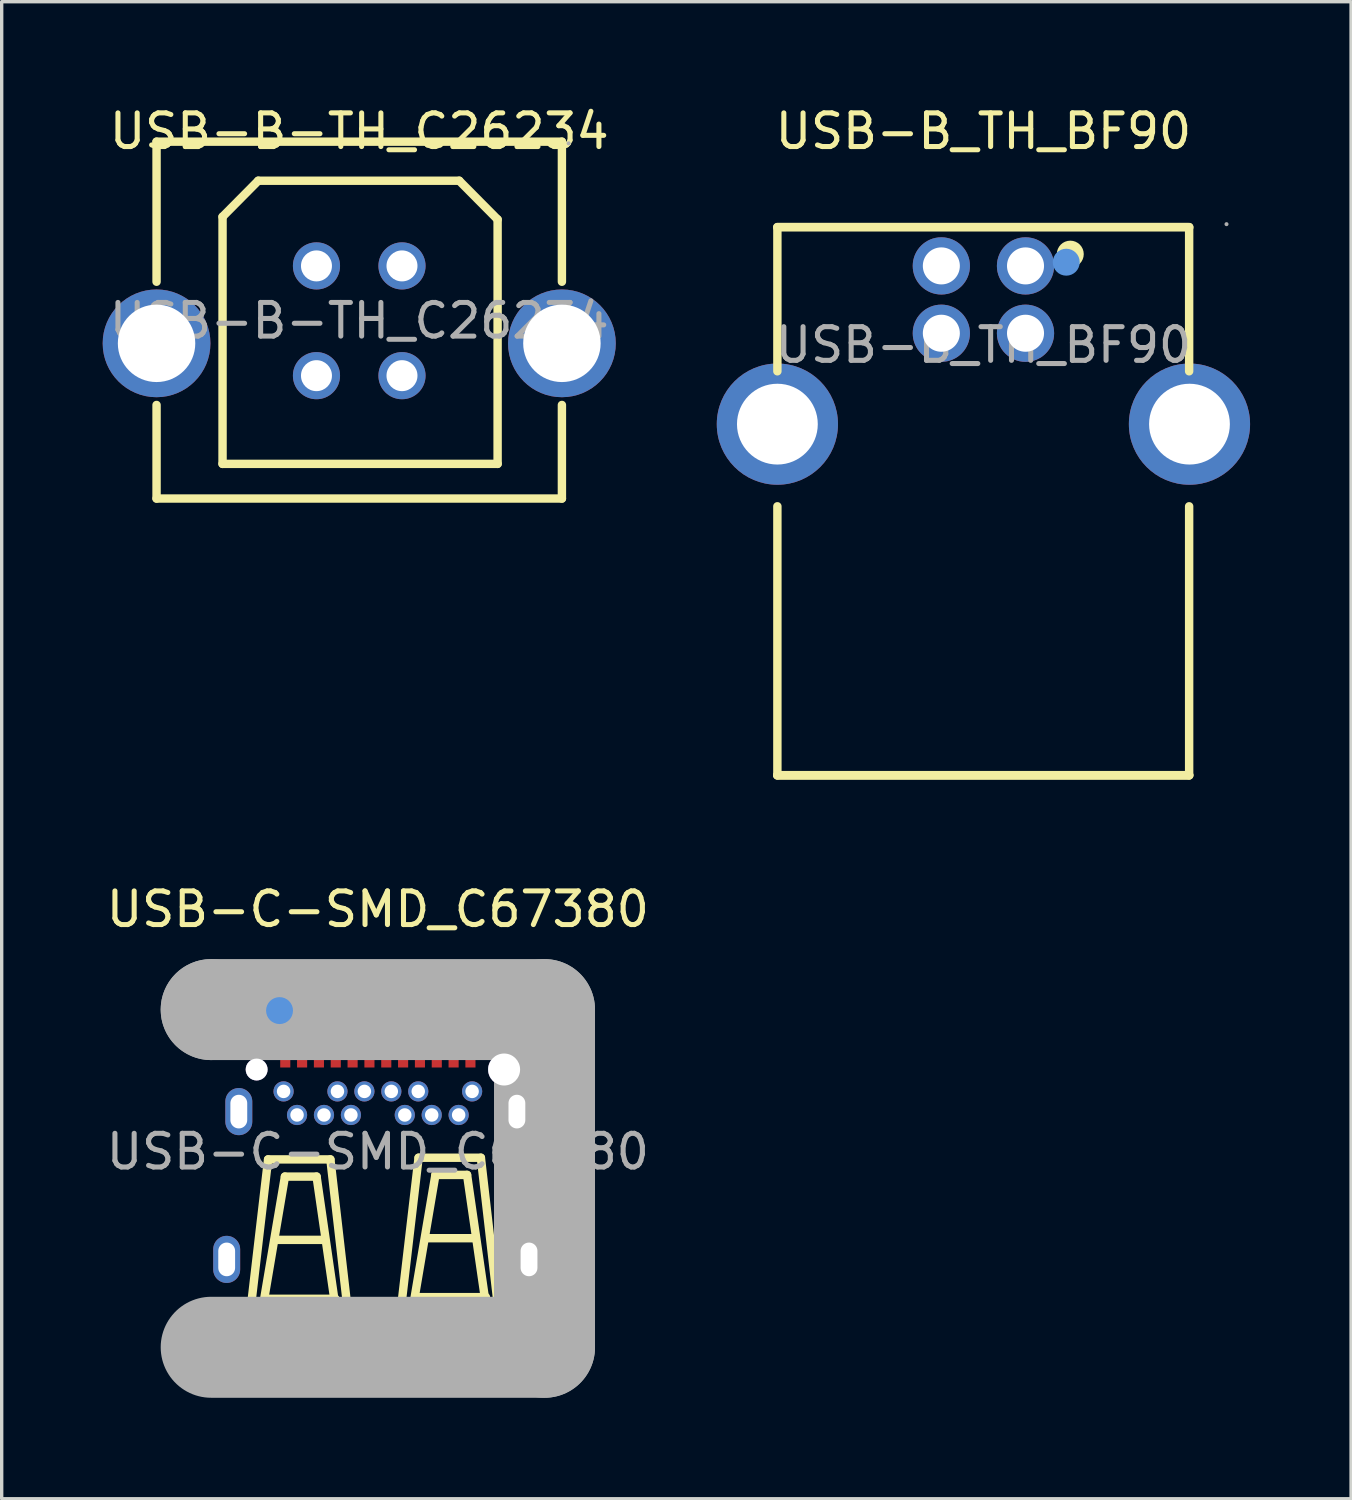
<source format=kicad_pcb>
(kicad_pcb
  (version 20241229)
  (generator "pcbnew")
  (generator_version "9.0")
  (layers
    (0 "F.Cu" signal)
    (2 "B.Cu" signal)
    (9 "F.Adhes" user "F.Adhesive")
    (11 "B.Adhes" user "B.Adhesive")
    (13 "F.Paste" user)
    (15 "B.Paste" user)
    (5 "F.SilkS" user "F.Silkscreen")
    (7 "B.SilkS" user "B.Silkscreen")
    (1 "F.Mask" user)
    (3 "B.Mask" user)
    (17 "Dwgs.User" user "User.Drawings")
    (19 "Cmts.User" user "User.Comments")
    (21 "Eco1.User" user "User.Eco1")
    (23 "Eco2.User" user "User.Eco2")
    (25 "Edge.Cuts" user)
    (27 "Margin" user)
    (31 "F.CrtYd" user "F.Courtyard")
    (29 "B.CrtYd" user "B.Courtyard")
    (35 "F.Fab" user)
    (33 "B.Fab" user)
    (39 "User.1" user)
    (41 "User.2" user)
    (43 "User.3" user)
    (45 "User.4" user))
  (footprint "USB-B-TH_C26234"
    (layer "F.Cu")
    (at 7.62 6.478)
    (property "Reference" "USB-B-TH_C26234" (at 0 -5.63 0) (layer "F.SilkS") (effects (font (size 1 1) (thickness 0.15))))
    (attr through_hole)
    (fp_line (start -6.02 -5.32) (end 6.02 -5.32) (stroke (width 0.25) (type solid)) (layer "F.SilkS"))
    (fp_line (start -6.02 -1.16) (end -6.02 -5.32) (stroke (width 0.25) (type solid)) (layer "F.SilkS"))
    (fp_line (start -6.02 5.28) (end -6.02 2.5) (stroke (width 0.25) (type solid)) (layer "F.SilkS"))
    (fp_line (start -4.06 -3.09) (end -3 -4.16) (stroke (width 0.25) (type solid)) (layer "F.SilkS"))
    (fp_line (start -4.06 4.25) (end -4.06 -3.09) (stroke (width 0.25) (type solid)) (layer "F.SilkS"))
    (fp_line (start -3 -4.16) (end 2.97 -4.16) (stroke (width 0.25) (type solid)) (layer "F.SilkS"))
    (fp_line (start 2.97 -4.16) (end 4.11 -3.01) (stroke (width 0.25) (type solid)) (layer "F.SilkS"))
    (fp_line (start 4.11 -3.01) (end 4.11 4.25) (stroke (width 0.25) (type solid)) (layer "F.SilkS"))
    (fp_line (start 4.11 4.25) (end -4.06 4.25) (stroke (width 0.25) (type solid)) (layer "F.SilkS"))
    (fp_line (start 6.02 -5.32) (end 6.02 -1.16) (stroke (width 0.25) (type solid)) (layer "F.SilkS"))
    (fp_line (start 6.02 2.5) (end 6.02 5.28) (stroke (width 0.25) (type solid)) (layer "F.SilkS"))
    (fp_line (start 6.02 5.28) (end -6.02 5.28) (stroke (width 0.25) (type solid)) (layer "F.SilkS"))
    (fp_circle (center 6.22 -5.27) (end 6.25 -5.27) (stroke (width 0.06) (type solid)) (fill no) (layer "F.Fab"))
    (fp_text user "${REFERENCE}" (at 0 0 0) (layer "F.Fab") (effects (font (size 1 1) (thickness 0.15))))
    (pad "0" thru_hole circle (at -6.02 0.67 90) (size 3.2 3.2) (drill 2.3) (layers "*.Cu" "*.Paste" "*.Mask"))
    (pad "0" thru_hole circle (at 6.02 0.67 90) (size 3.2 3.2) (drill 2.3) (layers "*.Cu" "*.Paste" "*.Mask"))
    (pad "1" thru_hole circle (at 1.27 -1.63 180) (size 1.4 1.4) (drill 0.92) (layers "*.Cu" "*.Paste" "*.Mask"))
    (pad "2" thru_hole circle (at -1.27 -1.63 180) (size 1.4 1.4) (drill 0.92) (layers "*.Cu" "*.Paste" "*.Mask"))
    (pad "3" thru_hole circle (at -1.27 1.63 180) (size 1.4 1.4) (drill 0.92) (layers "*.Cu" "*.Paste" "*.Mask"))
    (pad "4" thru_hole circle (at 1.27 1.63 180) (size 1.4 1.4) (drill 0.92) (layers "*.Cu" "*.Paste" "*.Mask")))
  (footprint "USB-B_TH_BF90"
    (layer "F.Cu")
    (at 26.16 7.198)
    (property "Reference" "USB-B_TH_BF90" (at 0 -6.35 0) (layer "F.SilkS") (effects (font (size 1 1) (thickness 0.15))))
    (attr through_hole)
    (fp_line (start -6.12 -3.5) (end -6.12 0.78) (stroke (width 0.25) (type solid)) (layer "F.SilkS"))
    (fp_line (start -6.12 4.79) (end -6.12 12.78) (stroke (width 0.25) (type solid)) (layer "F.SilkS"))
    (fp_line (start -6.12 12.78) (end 6.11 12.78) (stroke (width 0.25) (type solid)) (layer "F.SilkS"))
    (fp_line (start -6.12 12.78) (end 6.11 12.78) (stroke (width 0.26) (type solid)) (layer "F.SilkS"))
    (fp_line (start 6.11 -3.5) (end -6.12 -3.5) (stroke (width 0.26) (type solid)) (layer "F.SilkS"))
    (fp_line (start 6.11 -3.5) (end 6.11 0.78) (stroke (width 0.25) (type solid)) (layer "F.SilkS"))
    (fp_line (start 6.11 4.79) (end 6.11 12.78) (stroke (width 0.25) (type solid)) (layer "F.SilkS"))
    (fp_circle (center 2.58 -2.7) (end 2.78 -2.7) (stroke (width 0.4) (type solid)) (fill no) (layer "F.SilkS"))
    (fp_circle (center 2.46 -2.46) (end 2.66 -2.46) (stroke (width 0.4) (type solid)) (fill no) (layer "Cmts.User"))
    (fp_circle (center 7.22 -3.59) (end 7.25 -3.59) (stroke (width 0.06) (type solid)) (fill no) (layer "F.Fab"))
    (fp_text user "${REFERENCE}" (at 0 0 0) (layer "F.Fab") (effects (font (size 1 1) (thickness 0.15))))
    (pad "1" thru_hole circle (at 1.25 -2.35) (size 1.7 1.7) (drill 1.1) (layers "*.Cu" "*.Paste" "*.Mask"))
    (pad "2" thru_hole circle (at -1.25 -2.35) (size 1.7 1.7) (drill 1.1) (layers "*.Cu" "*.Paste" "*.Mask"))
    (pad "3" thru_hole circle (at -1.25 -0.35) (size 1.7 1.7) (drill 1.1) (layers "*.Cu" "*.Paste" "*.Mask"))
    (pad "4" thru_hole circle (at 1.25 -0.35) (size 1.7 1.7) (drill 1.1) (layers "*.Cu" "*.Paste" "*.Mask"))
    (pad "5" thru_hole circle (at -6.12 2.35) (size 3.6 3.6) (drill 2.4) (layers "*.Cu" "*.Paste" "*.Mask"))
    (pad "5" thru_hole circle (at 6.12 2.35) (size 3.6 3.6) (drill 2.4) (layers "*.Cu" "*.Paste" "*.Mask")))
  (footprint "USB-C-SMD_C67380"
    (layer "F.Cu")
    (at 8.173 31.157)
    (property "Reference" "USB-C-SMD_C67380" (at 0 -7.2 0) (layer "F.SilkS") (effects (font (size 1 1) (thickness 0.15))))
    (attr through_hole)
    (fp_line (start -3.85 5.29) (end -3.26 0.23) (stroke (width 0.25) (type solid)) (layer "F.SilkS"))
    (fp_line (start -3.54 5.34) (end -3.85 5.29) (stroke (width 0.25) (type solid)) (layer "F.SilkS"))
    (fp_line (start -3.26 0.23) (end -1.41 0.23) (stroke (width 0.25) (type solid)) (layer "F.SilkS"))
    (fp_line (start -2.76 0.74) (end -3.54 5.34) (stroke (width 0.25) (type solid)) (layer "F.SilkS"))
    (fp_line (start -1.82 0.74) (end -2.76 0.74) (stroke (width 0.25) (type solid)) (layer "F.SilkS"))
    (fp_line (start -1.59 2.62) (end -3.04 2.62) (stroke (width 0.25) (type solid)) (layer "F.SilkS"))
    (fp_line (start -1.41 0.23) (end -0.83 5.28) (stroke (width 0.25) (type solid)) (layer "F.SilkS"))
    (fp_line (start -1.26 4.37) (end -3.34 4.37) (stroke (width 0.25) (type solid)) (layer "F.SilkS"))
    (fp_line (start -1.16 5.3) (end -1.82 0.74) (stroke (width 0.25) (type solid)) (layer "F.SilkS"))
    (fp_line (start -0.83 5.28) (end -1.16 5.3) (stroke (width 0.25) (type solid)) (layer "F.SilkS"))
    (fp_line (start 0.62 5.23) (end 0.93 5.29) (stroke (width 0.25) (type solid)) (layer "F.SilkS"))
    (fp_line (start 0.93 5.29) (end 1.71 0.69) (stroke (width 0.25) (type solid)) (layer "F.SilkS"))
    (fp_line (start 1.21 0.18) (end 0.62 5.23) (stroke (width 0.25) (type solid)) (layer "F.SilkS"))
    (fp_line (start 1.71 0.69) (end 2.65 0.69) (stroke (width 0.25) (type solid)) (layer "F.SilkS"))
    (fp_line (start 2.65 0.69) (end 3.31 5.25) (stroke (width 0.25) (type solid)) (layer "F.SilkS"))
    (fp_line (start 2.88 2.57) (end 1.44 2.57) (stroke (width 0.25) (type solid)) (layer "F.SilkS"))
    (fp_line (start 3.06 0.18) (end 1.21 0.18) (stroke (width 0.25) (type solid)) (layer "F.SilkS"))
    (fp_line (start 3.21 4.32) (end 1.13 4.32) (stroke (width 0.25) (type solid)) (layer "F.SilkS"))
    (fp_line (start 3.31 5.25) (end 3.64 5.23) (stroke (width 0.25) (type solid)) (layer "F.SilkS"))
    (fp_line (start 3.64 5.23) (end 3.06 0.18) (stroke (width 0.25) (type solid)) (layer "F.SilkS"))
    (fp_circle (center -2.8 -1.79) (end -2.65 -1.79) (stroke (width 0.3) (type solid)) (fill no) (layer "F.Paste"))
    (fp_circle (center -2.4 -1.09) (end -2.25 -1.09) (stroke (width 0.3) (type solid)) (fill no) (layer "F.Paste"))
    (fp_circle (center -1.6 -1.09) (end -1.45 -1.09) (stroke (width 0.3) (type solid)) (fill no) (layer "F.Paste"))
    (fp_circle (center -1.2 -1.79) (end -1.05 -1.79) (stroke (width 0.3) (type solid)) (fill no) (layer "F.Paste"))
    (fp_circle (center -0.8 -1.09) (end -0.65 -1.09) (stroke (width 0.3) (type solid)) (fill no) (layer "F.Paste"))
    (fp_circle (center -0.4 -1.79) (end -0.25 -1.79) (stroke (width 0.3) (type solid)) (fill no) (layer "F.Paste"))
    (fp_circle (center 0.4 -1.79) (end 0.55 -1.79) (stroke (width 0.3) (type solid)) (fill no) (layer "F.Paste"))
    (fp_circle (center 0.8 -1.09) (end 0.95 -1.09) (stroke (width 0.3) (type solid)) (fill no) (layer "F.Paste"))
    (fp_circle (center 1.2 -1.79) (end 1.35 -1.79) (stroke (width 0.3) (type solid)) (fill no) (layer "F.Paste"))
    (fp_circle (center 1.6 -1.09) (end 1.75 -1.09) (stroke (width 0.3) (type solid)) (fill no) (layer "F.Paste"))
    (fp_circle (center 2.4 -1.09) (end 2.55 -1.09) (stroke (width 0.3) (type solid)) (fill no) (layer "F.Paste"))
    (fp_circle (center 2.8 -1.79) (end 2.95 -1.79) (stroke (width 0.3) (type solid)) (fill no) (layer "F.Paste"))
    (fp_circle (center -2.92 -4.19) (end -2.72 -4.19) (stroke (width 0.4) (type solid)) (fill no) (layer "Cmts.User"))
    (fp_line (start -4.95 -4.22) (end -4.95 -4.22) (stroke (width 3) (type solid)) (layer "F.Fab"))
    (fp_line (start -4.95 -4.22) (end 4.95 -4.22) (stroke (width 3) (type solid)) (layer "F.Fab"))
    (fp_line (start 4.95 -4.22) (end 4.95 5.81) (stroke (width 3) (type solid)) (layer "F.Fab"))
    (fp_line (start 4.95 5.81) (end -4.95 5.81) (stroke (width 3) (type solid)) (layer "F.Fab"))
    (fp_circle (center -4.88 -4.15) (end -4.85 -4.15) (stroke (width 0.06) (type solid)) (fill no) (layer "F.Fab"))
    (fp_text user "${REFERENCE}" (at 0 0 0) (layer "F.Fab") (effects (font (size 1 1) (thickness 0.15))))
    (pad "" thru_hole circle (at -3.6 -2.44) (size 0.65 0.65) (drill 0.65) (layers "*.Cu" "*.Mask"))
    (pad "" thru_hole circle (at 3.75 -2.44) (size 0.95 0.95) (drill 0.95) (layers "*.Cu" "*.Mask"))
    (pad "13" thru_hole oval (at 4.13 -1.19 180) (size 0.8 1.4) (drill oval 0.5 1) (layers "*.Cu" "*.Paste" "*.Mask"))
    (pad "14" thru_hole oval (at -4.13 -1.19 180) (size 0.8 1.4) (drill oval 0.5 1) (layers "*.Cu" "*.Paste" "*.Mask"))
    (pad "15" thru_hole oval (at -4.49 3.2 180) (size 0.8 1.4) (drill oval 0.5 1) (layers "*.Cu" "*.Paste" "*.Mask"))
    (pad "16" thru_hole oval (at 4.49 3.2 180) (size 0.8 1.4) (drill oval 0.5 1) (layers "*.Cu" "*.Paste" "*.Mask"))
    (pad "A1" smd rect (at -2.75 -3.2 180) (size 0.3 1.4) (layers "F.Cu" "F.Mask" "F.Paste"))
    (pad "A2" smd rect (at -2.25 -3.2 180) (size 0.3 1.4) (layers "F.Cu" "F.Mask" "F.Paste"))
    (pad "A3" smd rect (at -1.75 -3.2 180) (size 0.3 1.4) (layers "F.Cu" "F.Mask" "F.Paste"))
    (pad "A4" smd rect (at -1.25 -3.2 180) (size 0.3 1.4) (layers "F.Cu" "F.Mask" "F.Paste"))
    (pad "A5" smd rect (at -0.75 -3.2 180) (size 0.3 1.4) (layers "F.Cu" "F.Mask" "F.Paste"))
    (pad "A6" smd rect (at -0.25 -3.2 180) (size 0.3 1.4) (layers "F.Cu" "F.Mask" "F.Paste"))
    (pad "A7" smd rect (at 0.25 -3.2 180) (size 0.3 1.4) (layers "F.Cu" "F.Mask" "F.Paste"))
    (pad "A8" smd rect (at 0.75 -3.2 180) (size 0.3 1.4) (layers "F.Cu" "F.Mask" "F.Paste"))
    (pad "A9" smd rect (at 1.25 -3.2 180) (size 0.3 1.4) (layers "F.Cu" "F.Mask" "F.Paste"))
    (pad "A10" smd rect (at 1.75 -3.2 180) (size 0.3 1.4) (layers "F.Cu" "F.Mask" "F.Paste"))
    (pad "A11" smd rect (at 2.25 -3.2 180) (size 0.3 1.4) (layers "F.Cu" "F.Mask" "F.Paste"))
    (pad "A12" smd rect (at 2.75 -3.2 180) (size 0.3 1.4) (layers "F.Cu" "F.Mask" "F.Paste"))
    (pad "B1" thru_hole circle (at 2.8 -1.79 180) (size 0.6 0.6) (drill 0.4) (layers "*.Cu" "*.Paste" "*.Mask"))
    (pad "B2" thru_hole circle (at 2.4 -1.09 180) (size 0.6 0.6) (drill 0.4) (layers "*.Cu" "*.Paste" "*.Mask"))
    (pad "B3" thru_hole circle (at 1.6 -1.09 180) (size 0.6 0.6) (drill 0.4) (layers "*.Cu" "*.Paste" "*.Mask"))
    (pad "B4" thru_hole circle (at 1.2 -1.79 180) (size 0.6 0.6) (drill 0.4) (layers "*.Cu" "*.Paste" "*.Mask"))
    (pad "B5" thru_hole circle (at 0.8 -1.09 180) (size 0.6 0.6) (drill 0.4) (layers "*.Cu" "*.Paste" "*.Mask"))
    (pad "B6" thru_hole circle (at 0.4 -1.79 180) (size 0.6 0.6) (drill 0.4) (layers "*.Cu" "*.Paste" "*.Mask"))
    (pad "B7" thru_hole circle (at -0.4 -1.79 180) (size 0.6 0.6) (drill 0.4) (layers "*.Cu" "*.Paste" "*.Mask"))
    (pad "B8" thru_hole circle (at -0.8 -1.09 180) (size 0.6 0.6) (drill 0.4) (layers "*.Cu" "*.Paste" "*.Mask"))
    (pad "B9" thru_hole circle (at -1.2 -1.79 180) (size 0.6 0.6) (drill 0.4) (layers "*.Cu" "*.Paste" "*.Mask"))
    (pad "B10" thru_hole circle (at -1.6 -1.09 180) (size 0.6 0.6) (drill 0.4) (layers "*.Cu" "*.Paste" "*.Mask"))
    (pad "B11" thru_hole circle (at -2.4 -1.09 180) (size 0.6 0.6) (drill 0.4) (layers "*.Cu" "*.Paste" "*.Mask"))
    (pad "B12" thru_hole circle (at -2.8 -1.79 180) (size 0.6 0.6) (drill 0.4) (layers "*.Cu" "*.Paste" "*.Mask")))
  (gr_rect
    (start -3 -3)
    (end 37.08 41.467)
    (stroke (width 0.1) (type default))
    (fill no)
    (layer "Edge.Cuts")))
</source>
